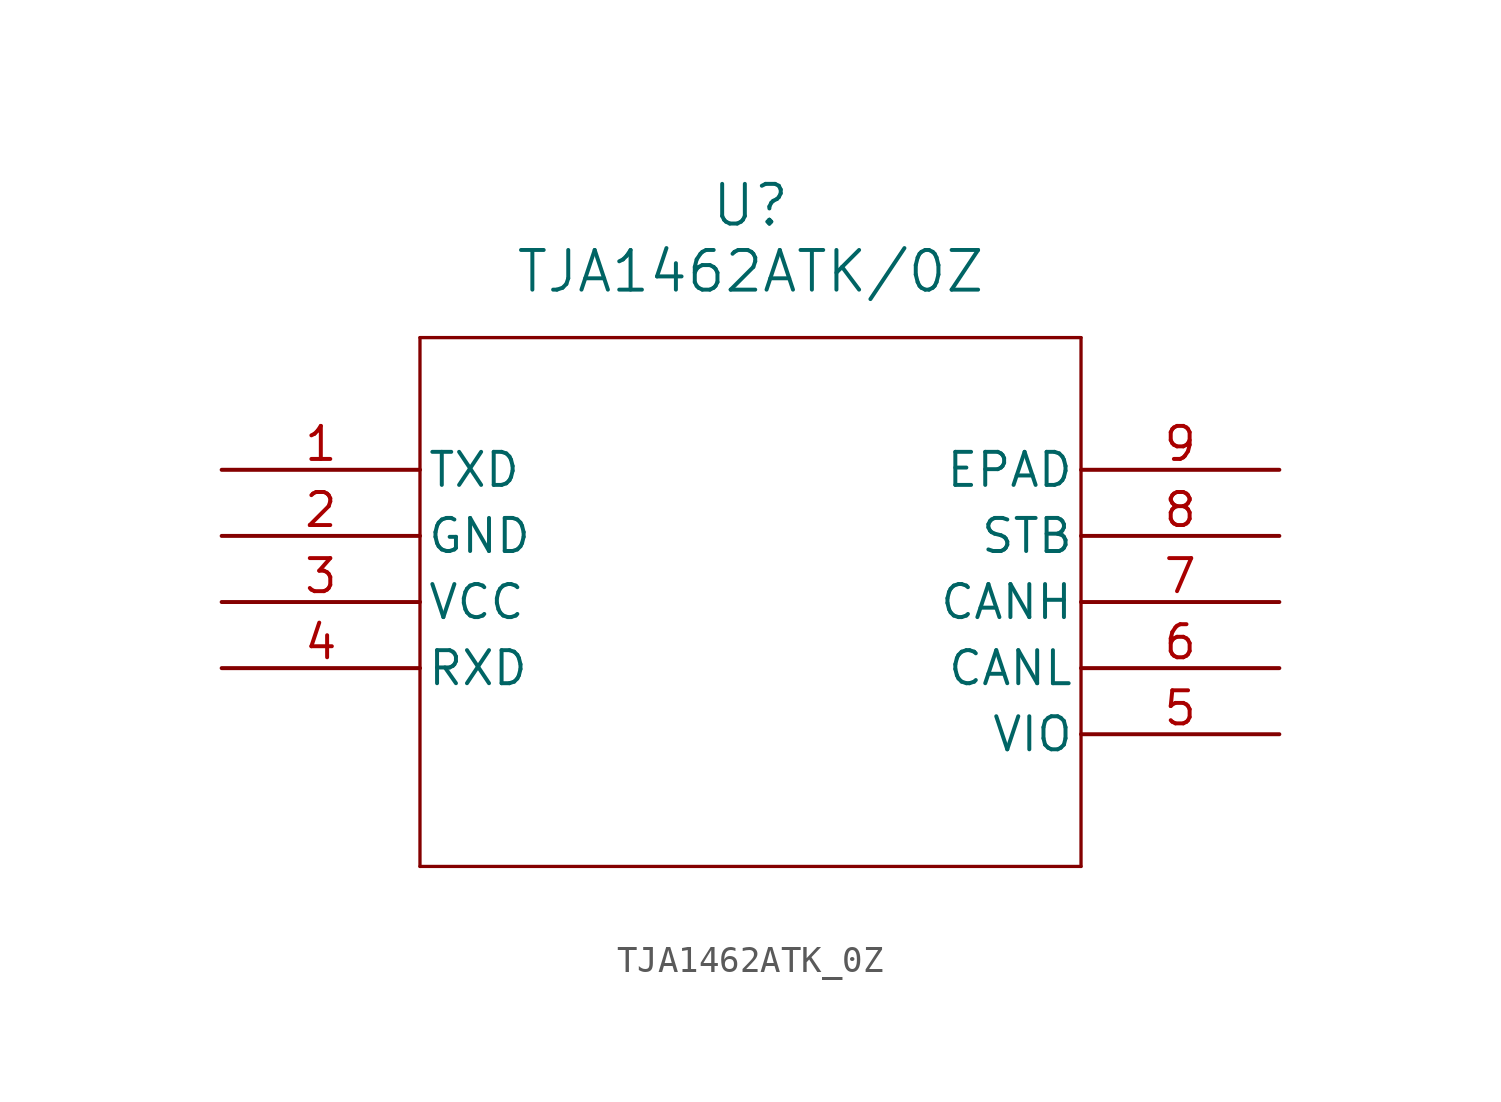
<source format=kicad_sym>
(kicad_symbol_lib
  (version 20211014)
  (generator kicad_symbol_editor)
  (symbol "TJA1462ATK_0Z"
    (pin_names
      (offset 0.254))
    (property "Reference" "U"
      (at 20.32 10.16 0)
      (effects (font (size 1.524 1.524))))
    (property "Value" "TJA1462ATK/0Z"
      (at 20.32 7.62 0)
      (effects (font (size 1.524 1.524))))
    (symbol "TJA1462ATK_0Z_0_1"
      (polyline (pts (xy 7.62 5.08) (xy 7.62 -15.24)) (stroke (width 0.127) (type default) (color 0 0 0 0)) (fill (type none)))
      (polyline (pts (xy 7.62 -15.24) (xy 33.02 -15.24)) (stroke (width 0.127) (type default) (color 0 0 0 0)) (fill (type none)))
      (polyline (pts (xy 33.02 -15.24) (xy 33.02 5.08)) (stroke (width 0.127) (type default) (color 0 0 0 0)) (fill (type none)))
      (polyline (pts (xy 33.02 5.08) (xy 7.62 5.08)) (stroke (width 0.127) (type default) (color 0 0 0 0)) (fill (type none)))
      (pin input line (at 0 0 0) (length 7.62) (name "TXD" (effects (font (size 1.27 1.27)))) (number "1" (effects (font (size 1.27 1.27)))))
      (pin power_out line (at 0 -2.54 0) (length 7.62) (name "GND" (effects (font (size 1.27 1.27)))) (number "2" (effects (font (size 1.27 1.27)))))
      (pin power_in line (at 0 -5.08 0) (length 7.62) (name "VCC" (effects (font (size 1.27 1.27)))) (number "3" (effects (font (size 1.27 1.27)))))
      (pin output line (at 0 -7.62 0) (length 7.62) (name "RXD" (effects (font (size 1.27 1.27)))) (number "4" (effects (font (size 1.27 1.27)))))
      (pin power_in line (at 40.64 -10.16 180) (length 7.62) (name "VIO" (effects (font (size 1.27 1.27)))) (number "5" (effects (font (size 1.27 1.27)))))
      (pin bidirectional line (at 40.64 -7.62 180) (length 7.62) (name "CANL" (effects (font (size 1.27 1.27)))) (number "6" (effects (font (size 1.27 1.27)))))
      (pin bidirectional line (at 40.64 -5.08 180) (length 7.62) (name "CANH" (effects (font (size 1.27 1.27)))) (number "7" (effects (font (size 1.27 1.27)))))
      (pin input line (at 40.64 -2.54 180) (length 7.62) (name "STB" (effects (font (size 1.27 1.27)))) (number "8" (effects (font (size 1.27 1.27)))))
      (pin power_out line (at 40.64 0 180) (length 7.62) (name "EPAD" (effects (font (size 1.27 1.27)))) (number "9" (effects (font (size 1.27 1.27))))))))
</source>
